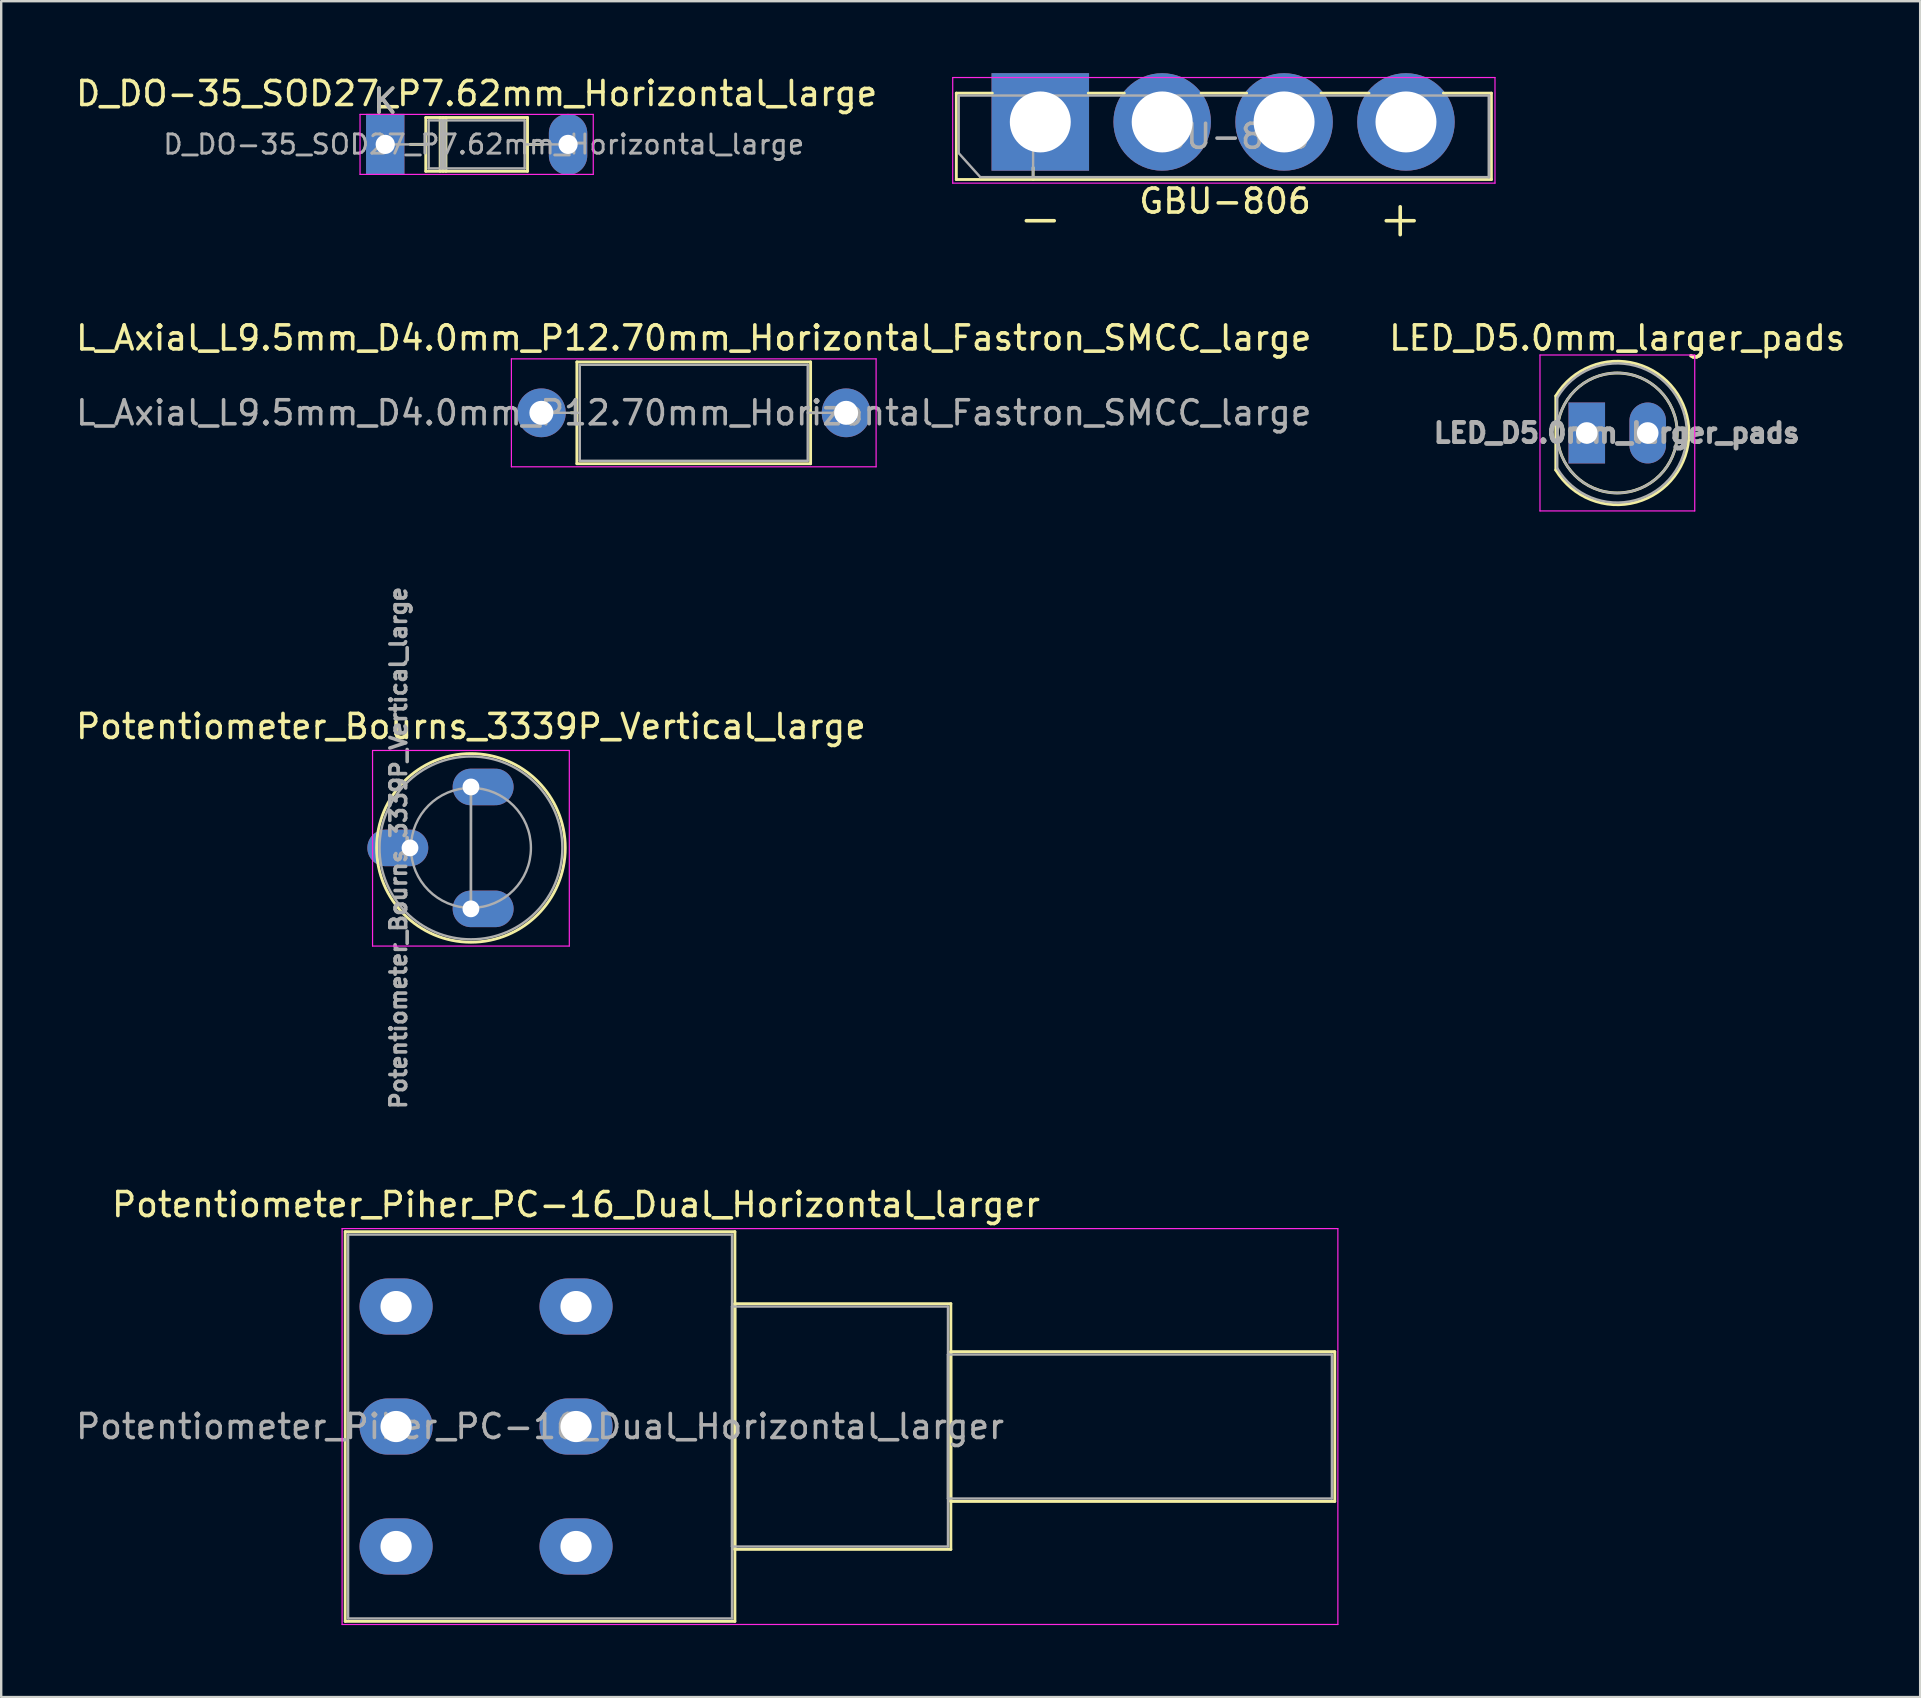
<source format=kicad_pcb>
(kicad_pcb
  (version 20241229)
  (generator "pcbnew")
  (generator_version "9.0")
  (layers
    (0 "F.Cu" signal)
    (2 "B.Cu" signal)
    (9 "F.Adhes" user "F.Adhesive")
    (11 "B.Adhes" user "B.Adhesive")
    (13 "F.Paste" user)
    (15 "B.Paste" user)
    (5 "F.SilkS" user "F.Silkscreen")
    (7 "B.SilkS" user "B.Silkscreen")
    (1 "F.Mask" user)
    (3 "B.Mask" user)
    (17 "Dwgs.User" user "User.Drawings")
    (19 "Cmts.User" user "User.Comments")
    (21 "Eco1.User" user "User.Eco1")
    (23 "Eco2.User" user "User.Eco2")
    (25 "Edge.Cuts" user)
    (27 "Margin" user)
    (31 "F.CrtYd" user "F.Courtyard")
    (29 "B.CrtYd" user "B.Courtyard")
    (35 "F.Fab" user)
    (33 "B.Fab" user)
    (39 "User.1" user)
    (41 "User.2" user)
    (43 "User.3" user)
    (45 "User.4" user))
  (footprint "L_Axial_L9.5mm_D4.0mm_P12.70mm_Horizontal_Fastron_SMCC_large"
    (layer "F.Cu")
    (at 19.513 14.155)
    (property "Reference" "L_Axial_L9.5mm_D4.0mm_P12.70mm_Horizontal_Fastron_SMCC_large" (at 6.35 -3.12 0) (layer "F.SilkS") (effects (font (size 1 1) (thickness 0.15))))
    (attr through_hole)
    (fp_line (start 1.24 0) (end 1.48 0) (stroke (width 0.12) (type solid)) (layer "F.SilkS"))
    (fp_line (start 1.48 -2.12) (end 1.48 2.12) (stroke (width 0.12) (type solid)) (layer "F.SilkS"))
    (fp_line (start 1.48 2.12) (end 11.22 2.12) (stroke (width 0.12) (type solid)) (layer "F.SilkS"))
    (fp_line (start 11.22 -2.12) (end 1.48 -2.12) (stroke (width 0.12) (type solid)) (layer "F.SilkS"))
    (fp_line (start 11.22 2.12) (end 11.22 -2.12) (stroke (width 0.12) (type solid)) (layer "F.SilkS"))
    (fp_line (start 11.46 0) (end 11.22 0) (stroke (width 0.12) (type solid)) (layer "F.SilkS"))
    (fp_line (start -1.25 -2.25) (end -1.25 2.25) (stroke (width 0.05) (type solid)) (layer "F.CrtYd"))
    (fp_line (start -1.25 2.25) (end 13.95 2.25) (stroke (width 0.05) (type solid)) (layer "F.CrtYd"))
    (fp_line (start 13.95 -2.25) (end -1.25 -2.25) (stroke (width 0.05) (type solid)) (layer "F.CrtYd"))
    (fp_line (start 13.95 2.25) (end 13.95 -2.25) (stroke (width 0.05) (type solid)) (layer "F.CrtYd"))
    (fp_line (start 0 0) (end 1.6 0) (stroke (width 0.1) (type solid)) (layer "F.Fab"))
    (fp_line (start 1.6 -2) (end 1.6 2) (stroke (width 0.1) (type solid)) (layer "F.Fab"))
    (fp_line (start 1.6 2) (end 11.1 2) (stroke (width 0.1) (type solid)) (layer "F.Fab"))
    (fp_line (start 11.1 -2) (end 1.6 -2) (stroke (width 0.1) (type solid)) (layer "F.Fab"))
    (fp_line (start 11.1 2) (end 11.1 -2) (stroke (width 0.1) (type solid)) (layer "F.Fab"))
    (fp_line (start 12.7 0) (end 11.1 0) (stroke (width 0.1) (type solid)) (layer "F.Fab"))
    (fp_text user "${REFERENCE}" (at 6.35 0 0) (layer "F.Fab") (effects (font (size 1 1) (thickness 0.15))))
    (pad "1" thru_hole oval (at 0 0) (size 2.032 2.032) (drill 1) (layers "*.Cu" "*.Mask"))
    (pad "2" thru_hole oval (at 12.7 0) (size 2.032 2.032) (drill 1) (layers "*.Cu" "*.Mask")))
  (footprint "D_DO-35_SOD27_P7.62mm_Horizontal_large"
    (layer "F.Cu")
    (at 13.005 2.968)
    (property "Reference" "D_DO-35_SOD27_P7.62mm_Horizontal_large" (at 3.81 -2.12 0) (layer "F.SilkS") (effects (font (size 1 1) (thickness 0.15))))
    (attr through_hole)
    (fp_line (start 1.04 0) (end 1.69 0) (stroke (width 0.12) (type solid)) (layer "F.SilkS"))
    (fp_line (start 1.69 -1.12) (end 1.69 1.12) (stroke (width 0.12) (type solid)) (layer "F.SilkS"))
    (fp_line (start 1.69 1.12) (end 5.93 1.12) (stroke (width 0.12) (type solid)) (layer "F.SilkS"))
    (fp_line (start 2.29 -1.12) (end 2.29 1.12) (stroke (width 0.12) (type solid)) (layer "F.SilkS"))
    (fp_line (start 2.41 -1.12) (end 2.41 1.12) (stroke (width 0.12) (type solid)) (layer "F.SilkS"))
    (fp_line (start 2.53 -1.12) (end 2.53 1.12) (stroke (width 0.12) (type solid)) (layer "F.SilkS"))
    (fp_line (start 5.93 -1.12) (end 1.69 -1.12) (stroke (width 0.12) (type solid)) (layer "F.SilkS"))
    (fp_line (start 5.93 1.12) (end 5.93 -1.12) (stroke (width 0.12) (type solid)) (layer "F.SilkS"))
    (fp_line (start 6.58 0) (end 5.93 0) (stroke (width 0.12) (type solid)) (layer "F.SilkS"))
    (fp_line (start -1.05 -1.25) (end -1.05 1.25) (stroke (width 0.05) (type solid)) (layer "F.CrtYd"))
    (fp_line (start -1.05 1.25) (end 8.67 1.25) (stroke (width 0.05) (type solid)) (layer "F.CrtYd"))
    (fp_line (start 8.67 -1.25) (end -1.05 -1.25) (stroke (width 0.05) (type solid)) (layer "F.CrtYd"))
    (fp_line (start 8.67 1.25) (end 8.67 -1.25) (stroke (width 0.05) (type solid)) (layer "F.CrtYd"))
    (fp_line (start 0 0) (end 1.81 0) (stroke (width 0.1) (type solid)) (layer "F.Fab"))
    (fp_line (start 1.81 -1) (end 1.81 1) (stroke (width 0.1) (type solid)) (layer "F.Fab"))
    (fp_line (start 1.81 1) (end 5.81 1) (stroke (width 0.1) (type solid)) (layer "F.Fab"))
    (fp_line (start 2.31 -1) (end 2.31 1) (stroke (width 0.1) (type solid)) (layer "F.Fab"))
    (fp_line (start 2.41 -1) (end 2.41 1) (stroke (width 0.1) (type solid)) (layer "F.Fab"))
    (fp_line (start 2.51 -1) (end 2.51 1) (stroke (width 0.1) (type solid)) (layer "F.Fab"))
    (fp_line (start 5.81 -1) (end 1.81 -1) (stroke (width 0.1) (type solid)) (layer "F.Fab"))
    (fp_line (start 5.81 1) (end 5.81 -1) (stroke (width 0.1) (type solid)) (layer "F.Fab"))
    (fp_line (start 7.62 0) (end 5.81 0) (stroke (width 0.1) (type solid)) (layer "F.Fab"))
    (fp_text user "K" (at 0 -1.8 0) (layer "F.SilkS") (effects (font (size 1 1) (thickness 0.15))))
    (fp_text user "K" (at 0 -1.8 0) (layer "F.Fab") (effects (font (size 1 1) (thickness 0.15))))
    (fp_text user "${REFERENCE}" (at 4.11 0 0) (layer "F.Fab") (effects (font (size 0.8 0.8) (thickness 0.12))))
    (pad "1" thru_hole rect (at 0 0) (size 1.6 2.54) (drill 0.8) (layers "*.Cu" "*.Mask"))
    (pad "2" thru_hole oval (at 7.62 0) (size 1.6 2.54) (drill 0.8) (layers "*.Cu" "*.Mask")))
  (footprint "LED_D5.0mm_larger_pads"
    (layer "F.Cu")
    (at 63.081 14.995)
    (property "Reference" "LED_D5.0mm_larger_pads" (at 1.27 -3.96 0) (layer "F.SilkS") (effects (font (size 1 1) (thickness 0.15))))
    (attr through_hole)
    (fp_line (start -1.29 -1.545) (end -1.29 1.545) (stroke (width 0.12) (type solid)) (layer "F.SilkS"))
    (fp_arc (start -1.29 -1.54483) (mid 2.072002 -2.880433) (end 4.26 0.000462) (stroke (width 0.12) (type solid)) (layer "F.SilkS"))
    (fp_arc (start 4.26 -0.000462) (mid 2.072002 2.880433) (end -1.29 1.54483) (stroke (width 0.12) (type solid)) (layer "F.SilkS"))
    (fp_circle (center 1.27 0) (end 3.77 0) (stroke (width 0.12) (type solid)) (fill no) (layer "F.SilkS"))
    (fp_line (start -1.95 -3.25) (end -1.95 3.25) (stroke (width 0.05) (type solid)) (layer "F.CrtYd"))
    (fp_line (start -1.95 3.25) (end 4.5 3.25) (stroke (width 0.05) (type solid)) (layer "F.CrtYd"))
    (fp_line (start 4.5 -3.25) (end -1.95 -3.25) (stroke (width 0.05) (type solid)) (layer "F.CrtYd"))
    (fp_line (start 4.5 3.25) (end 4.5 -3.25) (stroke (width 0.05) (type solid)) (layer "F.CrtYd"))
    (fp_line (start -1.23 -1.47) (end -1.23 1.47) (stroke (width 0.1) (type solid)) (layer "F.Fab"))
    (fp_arc (start -1.23 -1.469694) (mid 4.17 0.000016) (end -1.230016 1.469666) (stroke (width 0.1) (type solid)) (layer "F.Fab"))
    (fp_circle (center 1.27 0) (end 3.77 0) (stroke (width 0.1) (type solid)) (fill no) (layer "F.Fab"))
    (fp_text user "${REFERENCE}" (at 1.25 0 0) (layer "F.Fab") (effects (font (size 0.8 0.8) (thickness 0.2))))
    (pad "1" thru_hole rect (at 0 0) (size 1.524 2.54) (drill 0.9) (layers "*.Cu" "*.Mask"))
    (pad "2" thru_hole oval (at 2.54 0) (size 1.524 2.54) (drill 0.9) (layers "*.Cu" "*.Mask")))
  (footprint "Potentiometer_Piher_PC-16_Dual_Horizontal_larger"
    (layer "F.Cu")
    (at 20.958 61.403)
    (property "Reference" "Potentiometer_Piher_PC-16_Dual_Horizontal_larger" (at 0 -14.25 0) (layer "F.SilkS") (effects (font (size 1 1) (thickness 0.15))))
    (attr through_hole)
    (fp_line (start -9.62 -13.12) (end -9.62 3.12) (stroke (width 0.12) (type solid)) (layer "F.SilkS"))
    (fp_line (start -9.62 -13.12) (end 6.62 -13.12) (stroke (width 0.12) (type solid)) (layer "F.SilkS"))
    (fp_line (start -9.62 3.12) (end 6.62 3.12) (stroke (width 0.12) (type solid)) (layer "F.SilkS"))
    (fp_line (start 6.62 -13.12) (end 6.62 3.12) (stroke (width 0.12) (type solid)) (layer "F.SilkS"))
    (fp_line (start 6.62 -10.12) (end 6.62 0.12) (stroke (width 0.12) (type solid)) (layer "F.SilkS"))
    (fp_line (start 6.62 -10.12) (end 15.62 -10.12) (stroke (width 0.12) (type solid)) (layer "F.SilkS"))
    (fp_line (start 6.62 0.12) (end 15.62 0.12) (stroke (width 0.12) (type solid)) (layer "F.SilkS"))
    (fp_line (start 15.62 -10.12) (end 15.62 0.12) (stroke (width 0.12) (type solid)) (layer "F.SilkS"))
    (fp_line (start 15.62 -8.12) (end 15.62 -1.879) (stroke (width 0.12) (type solid)) (layer "F.SilkS"))
    (fp_line (start 15.62 -8.12) (end 31.62 -8.12) (stroke (width 0.12) (type solid)) (layer "F.SilkS"))
    (fp_line (start 15.62 -1.879) (end 31.62 -1.879) (stroke (width 0.12) (type solid)) (layer "F.SilkS"))
    (fp_line (start 31.62 -8.12) (end 31.62 -1.879) (stroke (width 0.12) (type solid)) (layer "F.SilkS"))
    (fp_line (start -9.75 -13.25) (end -9.75 3.25) (stroke (width 0.05) (type solid)) (layer "F.CrtYd"))
    (fp_line (start -9.75 3.25) (end 31.75 3.25) (stroke (width 0.05) (type solid)) (layer "F.CrtYd"))
    (fp_line (start 31.75 -13.25) (end -9.75 -13.25) (stroke (width 0.05) (type solid)) (layer "F.CrtYd"))
    (fp_line (start 31.75 3.25) (end 31.75 -13.25) (stroke (width 0.05) (type solid)) (layer "F.CrtYd"))
    (fp_line (start -9.5 -13) (end -9.5 3) (stroke (width 0.1) (type solid)) (layer "F.Fab"))
    (fp_line (start -9.5 3) (end 6.5 3) (stroke (width 0.1) (type solid)) (layer "F.Fab"))
    (fp_line (start 6.5 -13) (end -9.5 -13) (stroke (width 0.1) (type solid)) (layer "F.Fab"))
    (fp_line (start 6.5 -10) (end 6.5 0) (stroke (width 0.1) (type solid)) (layer "F.Fab"))
    (fp_line (start 6.5 0) (end 15.5 0) (stroke (width 0.1) (type solid)) (layer "F.Fab"))
    (fp_line (start 6.5 3) (end 6.5 -13) (stroke (width 0.1) (type solid)) (layer "F.Fab"))
    (fp_line (start 15.5 -10) (end 6.5 -10) (stroke (width 0.1) (type solid)) (layer "F.Fab"))
    (fp_line (start 15.5 -8) (end 15.5 -2) (stroke (width 0.1) (type solid)) (layer "F.Fab"))
    (fp_line (start 15.5 -2) (end 31.5 -2) (stroke (width 0.1) (type solid)) (layer "F.Fab"))
    (fp_line (start 15.5 0) (end 15.5 -10) (stroke (width 0.1) (type solid)) (layer "F.Fab"))
    (fp_line (start 31.5 -8) (end 15.5 -8) (stroke (width 0.1) (type solid)) (layer "F.Fab"))
    (fp_line (start 31.5 -2) (end 31.5 -8) (stroke (width 0.1) (type solid)) (layer "F.Fab"))
    (fp_text user "${REFERENCE}" (at -1.5 -5 0) (layer "F.Fab") (effects (font (size 1 1) (thickness 0.15))))
    (pad "1" thru_hole oval (at 0 0) (size 3.048 2.34) (drill 1.3) (layers "*.Cu" "*.Mask"))
    (pad "2" thru_hole oval (at 0 -5) (size 3.048 2.34) (drill 1.3) (layers "*.Cu" "*.Mask"))
    (pad "3" thru_hole oval (at 0 -10) (size 3.048 2.34) (drill 1.3) (layers "*.Cu" "*.Mask"))
    (pad "4" thru_hole oval (at -7.5 0) (size 3.048 2.34) (drill 1.3) (layers "*.Cu" "*.Mask"))
    (pad "5" thru_hole oval (at -7.5 -5) (size 3.048 2.34) (drill 1.3) (layers "*.Cu" "*.Mask"))
    (pad "6" thru_hole oval (at -7.5 -10) (size 3.048 2.34) (drill 1.3) (layers "*.Cu" "*.Mask")))
  (footprint "Potentiometer_Bourns_3339P_Vertical_large"
    (layer "F.Cu")
    (at 16.577 34.828)
    (property "Reference" "Potentiometer_Bourns_3339P_Vertical_large" (at 0 -7.6 0) (layer "F.SilkS") (effects (font (size 1 1) (thickness 0.15))))
    (attr through_hole)
    (fp_circle (center 0 -2.54) (end 3.93 -2.54) (stroke (width 0.12) (type solid)) (fill no) (layer "F.SilkS"))
    (fp_line (start -4.1 -6.6) (end -4.1 1.55) (stroke (width 0.05) (type solid)) (layer "F.CrtYd"))
    (fp_line (start -4.1 1.55) (end 4.1 1.55) (stroke (width 0.05) (type solid)) (layer "F.CrtYd"))
    (fp_line (start 4.1 -6.6) (end -4.1 -6.6) (stroke (width 0.05) (type solid)) (layer "F.CrtYd"))
    (fp_line (start 4.1 1.55) (end 4.1 -6.6) (stroke (width 0.05) (type solid)) (layer "F.CrtYd"))
    (fp_line (start 0 -0.064) (end 0.001 -5.014) (stroke (width 0.1) (type solid)) (layer "F.Fab"))
    (fp_line (start 0 -0.064) (end 0.001 -5.014) (stroke (width 0.1) (type solid)) (layer "F.Fab"))
    (fp_circle (center 0 -2.54) (end 2.5 -2.54) (stroke (width 0.1) (type solid)) (fill no) (layer "F.Fab"))
    (fp_circle (center 0 -2.54) (end 3.81 -2.54) (stroke (width 0.1) (type solid)) (fill no) (layer "F.Fab"))
    (fp_text user "${REFERENCE}" (at -3.018 -2.54 90) (layer "F.Fab") (effects (font (size 0.66 0.66) (thickness 0.15))))
    (pad "1" thru_hole oval (at 0 0) (size 2.54 1.524) (drill 0.7 (offset 0.508 0)) (layers "*.Cu" "*.Mask"))
    (pad "2" thru_hole oval (at -2.54 -2.54) (size 2.54 1.524) (drill 0.7 (offset -0.508 0)) (layers "*.Cu" "*.Mask"))
    (pad "3" thru_hole oval (at 0 -5.08) (size 2.54 1.524) (drill 0.7 (offset 0.508 0)) (layers "*.Cu" "*.Mask")))
  (footprint "GBU-806"
    (layer "F.Cu")
    (at 40.306 2.032)
    (property "Reference" "GBU-806" (at 7.7 3.3 180) (layer "F.SilkS") (effects (font (size 1 1) (thickness 0.15))))
    (attr through_hole)
    (fp_line (start -3.5 -1.2) (end -2 -1.2) (stroke (width 0.12) (type solid)) (layer "F.SilkS"))
    (fp_line (start -3.5 2.4) (end -3.5 -1.2) (stroke (width 0.12) (type solid)) (layer "F.SilkS"))
    (fp_line (start -0.3 2.4) (end -0.3 1.9) (stroke (width 0.12) (type solid)) (layer "F.SilkS"))
    (fp_line (start 2 -1.2) (end 3.5 -1.2) (stroke (width 0.12) (type solid)) (layer "F.SilkS"))
    (fp_line (start 6.7 -1.2) (end 8.6 -1.2) (stroke (width 0.12) (type solid)) (layer "F.SilkS"))
    (fp_line (start 11.7 -1.2) (end 13.7 -1.2) (stroke (width 0.12) (type solid)) (layer "F.SilkS"))
    (fp_line (start 16.8 -1.2) (end 18.8 -1.2) (stroke (width 0.12) (type solid)) (layer "F.SilkS"))
    (fp_line (start 18.8 -1.2) (end 18.8 2.4) (stroke (width 0.12) (type solid)) (layer "F.SilkS"))
    (fp_line (start 18.8 2.4) (end -3.5 2.4) (stroke (width 0.12) (type solid)) (layer "F.SilkS"))
    (fp_line (start -3.65 2.55) (end -3.65 -1.85) (stroke (width 0.05) (type solid)) (layer "F.CrtYd"))
    (fp_line (start -3.65 2.55) (end 18.95 2.55) (stroke (width 0.05) (type solid)) (layer "F.CrtYd"))
    (fp_line (start 18.95 -1.85) (end -3.65 -1.85) (stroke (width 0.05) (type solid)) (layer "F.CrtYd"))
    (fp_line (start 18.95 -1.85) (end 18.95 2.55) (stroke (width 0.05) (type solid)) (layer "F.CrtYd"))
    (fp_line (start -3.4 -1.1) (end 18.7 -1.1) (stroke (width 0.1) (type solid)) (layer "F.Fab"))
    (fp_line (start -3.4 1.3) (end -3.4 -1.1) (stroke (width 0.1) (type solid)) (layer "F.Fab"))
    (fp_line (start -2.5 2.3) (end -3.4 1.3) (stroke (width 0.1) (type solid)) (layer "F.Fab"))
    (fp_line (start -0.3 2.3) (end -0.3 -1.1) (stroke (width 0.1) (type solid)) (layer "F.Fab"))
    (fp_line (start 18.7 -1.1) (end 18.7 2.3) (stroke (width 0.12) (type solid)) (layer "F.Fab"))
    (fp_line (start 18.7 2.3) (end -2.5 2.3) (stroke (width 0.1) (type solid)) (layer "F.Fab"))
    (fp_text user "+" (at 15 4 0) (layer "F.SilkS") (effects (font (size 1.524 1.524) (thickness 0.15))))
    (fp_text user "-" (at 0 4 0) (layer "F.SilkS") (effects (font (size 1.524 1.524) (thickness 0.15))))
    (fp_text user "${REFERENCE}" (at 7.65 0.6 180) (layer "F.Fab") (effects (font (size 1 1) (thickness 0.15))))
    (pad "1" thru_hole rect (at 0 0) (size 4.064 4.064) (drill 2.54) (layers "*.Cu" "*.Mask"))
    (pad "2" thru_hole oval (at 5.08 0) (size 4.064 4.064) (drill 2.54) (layers "*.Cu" "*.Mask"))
    (pad "3" thru_hole oval (at 10.16 0) (size 4.064 4.064) (drill 2.54) (layers "*.Cu" "*.Mask"))
    (pad "4" thru_hole oval (at 15.24 0) (size 4.064 4.064) (drill 2.54) (layers "*.Cu" "*.Mask")))
  (gr_rect
    (start -3 -3)
    (end 76.976 67.678)
    (stroke (width 0.1) (type default))
    (fill no)
    (layer "Edge.Cuts")))
</source>
